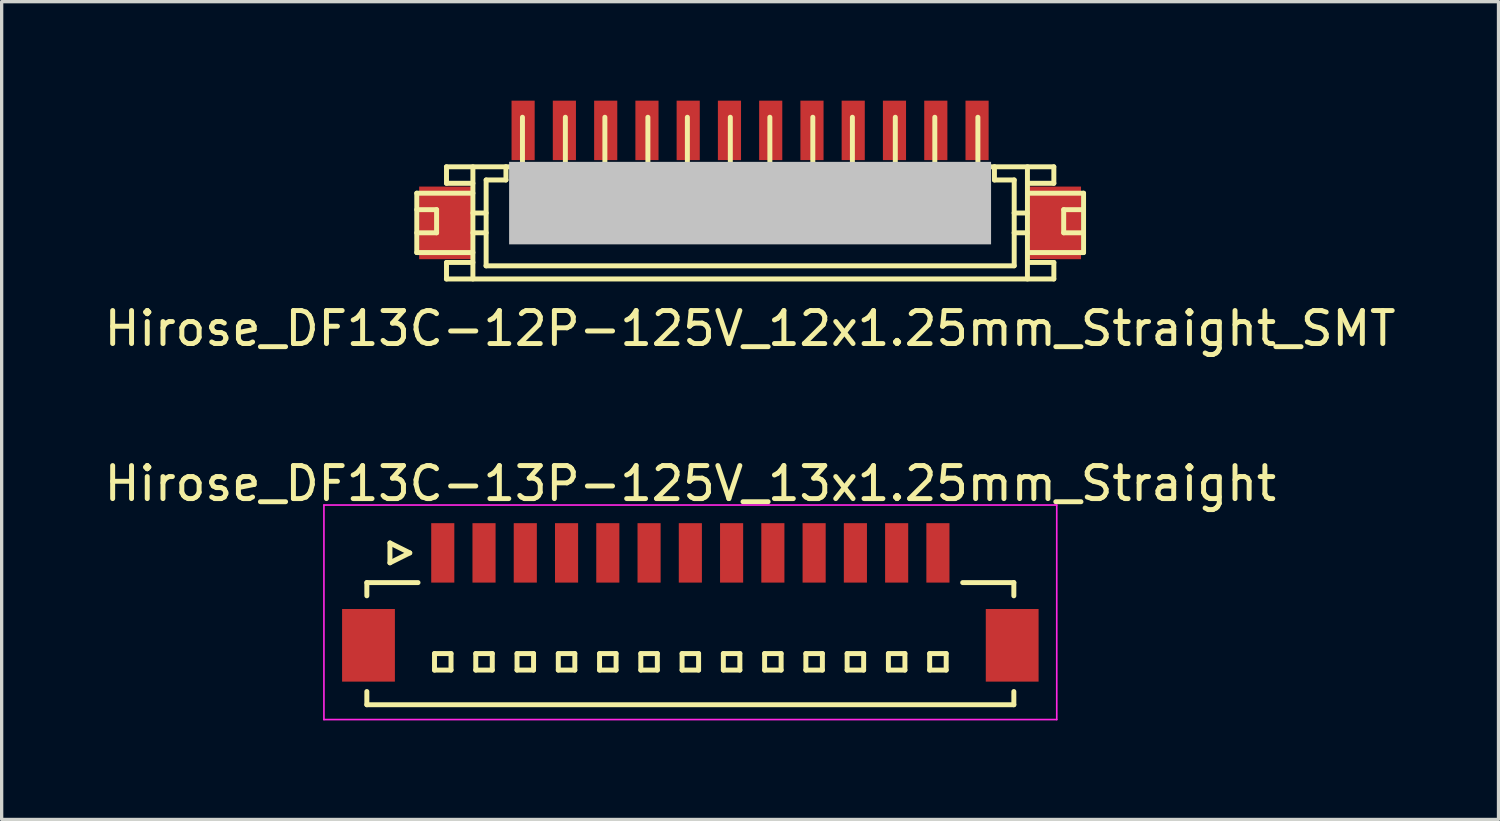
<source format=kicad_pcb>
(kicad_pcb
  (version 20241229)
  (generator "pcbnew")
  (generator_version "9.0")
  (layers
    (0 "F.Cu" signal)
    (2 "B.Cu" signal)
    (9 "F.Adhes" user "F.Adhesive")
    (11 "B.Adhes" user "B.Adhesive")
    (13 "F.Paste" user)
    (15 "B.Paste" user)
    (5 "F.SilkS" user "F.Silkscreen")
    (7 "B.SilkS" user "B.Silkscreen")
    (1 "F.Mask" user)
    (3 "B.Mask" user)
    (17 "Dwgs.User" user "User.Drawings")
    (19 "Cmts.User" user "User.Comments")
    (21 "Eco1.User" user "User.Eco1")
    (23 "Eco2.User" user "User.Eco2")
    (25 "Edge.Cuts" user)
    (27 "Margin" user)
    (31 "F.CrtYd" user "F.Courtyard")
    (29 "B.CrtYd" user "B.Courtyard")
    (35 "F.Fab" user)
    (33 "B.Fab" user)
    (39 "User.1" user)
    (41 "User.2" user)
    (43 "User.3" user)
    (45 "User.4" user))
  (footprint "Hirose_DF13C-12P-125V_12x1.25mm_Straight_SMT"
    (layer "F.Cu")
    (at 19.673 2.902)
    (property "Reference" "Hirose_DF13C-12P-125V_12x1.25mm_Straight_SMT" (at 0 4 0) (layer "F.SilkS") (effects (font (size 1 1) (thickness 0.15))))
    (attr smd)
    (fp_line (start -10.097 -0.099) (end -8.397 -0.099) (stroke (width 0.15) (type solid)) (layer "F.SilkS"))
    (fp_line (start -10.097 0.399) (end -9.497 0.399) (stroke (width 0.15) (type solid)) (layer "F.SilkS"))
    (fp_line (start -10.097 1.699) (end -10.097 -0.099) (stroke (width 0.15) (type solid)) (layer "F.SilkS"))
    (fp_line (start -10.097 1.699) (end -8.397 1.699) (stroke (width 0.15) (type solid)) (layer "F.SilkS"))
    (fp_line (start -9.497 0.399) (end -9.497 1.1) (stroke (width 0.15) (type solid)) (layer "F.SilkS"))
    (fp_line (start -9.497 1.1) (end -10.097 1.1) (stroke (width 0.15) (type solid)) (layer "F.SilkS"))
    (fp_line (start -9.197 -0.399) (end -9.197 -0.899) (stroke (width 0.15) (type solid)) (layer "F.SilkS"))
    (fp_line (start -9.197 2.499) (end -9.197 1.999) (stroke (width 0.15) (type solid)) (layer "F.SilkS"))
    (fp_line (start -8.397 -0.899) (end -8.397 2.499) (stroke (width 0.15) (type solid)) (layer "F.SilkS"))
    (fp_line (start -8.397 -0.399) (end -9.197 -0.399) (stroke (width 0.15) (type solid)) (layer "F.SilkS"))
    (fp_line (start -8.397 0.5) (end -7.996 0.5) (stroke (width 0.15) (type solid)) (layer "F.SilkS"))
    (fp_line (start -8.397 1.1) (end -7.996 1.1) (stroke (width 0.15) (type solid)) (layer "F.SilkS"))
    (fp_line (start -8.397 1.999) (end -9.197 1.999) (stroke (width 0.15) (type solid)) (layer "F.SilkS"))
    (fp_line (start -8.001 2.101) (end 8.001 2.101) (stroke (width 0.15) (type solid)) (layer "F.SilkS"))
    (fp_line (start -7.996 -0.5) (end -7.396 -0.5) (stroke (width 0.15) (type solid)) (layer "F.SilkS"))
    (fp_line (start -7.996 2.101) (end -7.996 -0.5) (stroke (width 0.15) (type solid)) (layer "F.SilkS"))
    (fp_line (start -7.396 -0.902) (end -7.396 -0.5) (stroke (width 0.15) (type solid)) (layer "F.SilkS"))
    (fp_line (start -6.998 0.998) (end -6.998 1.199) (stroke (width 0.15) (type solid)) (layer "F.SilkS"))
    (fp_line (start -6.998 1.199) (end -6.797 1.199) (stroke (width 0.15) (type solid)) (layer "F.SilkS"))
    (fp_line (start -6.896 -0.902) (end -6.896 -2.4) (stroke (width 0.15) (type solid)) (layer "F.SilkS"))
    (fp_line (start -6.797 0.998) (end -6.998 0.998) (stroke (width 0.15) (type solid)) (layer "F.SilkS"))
    (fp_line (start -6.797 1.199) (end -6.797 0.998) (stroke (width 0.15) (type solid)) (layer "F.SilkS"))
    (fp_line (start -5.702 1.001) (end -5.504 1.001) (stroke (width 0.15) (type solid)) (layer "F.SilkS"))
    (fp_line (start -5.702 1.199) (end -5.702 1.001) (stroke (width 0.15) (type solid)) (layer "F.SilkS"))
    (fp_line (start -5.596 -0.899) (end -5.596 -2.4) (stroke (width 0.15) (type solid)) (layer "F.SilkS"))
    (fp_line (start -5.504 1.001) (end -5.504 1.199) (stroke (width 0.15) (type solid)) (layer "F.SilkS"))
    (fp_line (start -5.504 1.199) (end -5.702 1.199) (stroke (width 0.15) (type solid)) (layer "F.SilkS"))
    (fp_line (start -4.498 1.001) (end -4.3 1.001) (stroke (width 0.15) (type solid)) (layer "F.SilkS"))
    (fp_line (start -4.498 1.199) (end -4.498 1.001) (stroke (width 0.15) (type solid)) (layer "F.SilkS"))
    (fp_line (start -4.399 -2.4) (end -4.399 -0.899) (stroke (width 0.15) (type solid)) (layer "F.SilkS"))
    (fp_line (start -4.3 1.001) (end -4.3 1.199) (stroke (width 0.15) (type solid)) (layer "F.SilkS"))
    (fp_line (start -4.3 1.199) (end -4.498 1.199) (stroke (width 0.15) (type solid)) (layer "F.SilkS"))
    (fp_line (start -3.2 1.001) (end -3.002 1.001) (stroke (width 0.15) (type solid)) (layer "F.SilkS"))
    (fp_line (start -3.2 1.199) (end -3.2 1.001) (stroke (width 0.15) (type solid)) (layer "F.SilkS"))
    (fp_line (start -3.096 -0.899) (end -3.096 -2.4) (stroke (width 0.15) (type solid)) (layer "F.SilkS"))
    (fp_line (start -3.002 1.001) (end -3.002 1.199) (stroke (width 0.15) (type solid)) (layer "F.SilkS"))
    (fp_line (start -3.002 1.199) (end -3.2 1.199) (stroke (width 0.15) (type solid)) (layer "F.SilkS"))
    (fp_line (start -1.999 1.001) (end -1.801 1.001) (stroke (width 0.15) (type solid)) (layer "F.SilkS"))
    (fp_line (start -1.999 1.199) (end -1.999 1.001) (stroke (width 0.15) (type solid)) (layer "F.SilkS"))
    (fp_line (start -1.9 -0.899) (end -1.9 -2.4) (stroke (width 0.15) (type solid)) (layer "F.SilkS"))
    (fp_line (start -1.801 1.001) (end -1.801 1.199) (stroke (width 0.15) (type solid)) (layer "F.SilkS"))
    (fp_line (start -1.801 1.199) (end -1.999 1.199) (stroke (width 0.15) (type solid)) (layer "F.SilkS"))
    (fp_line (start -0.701 1.001) (end -0.503 1.001) (stroke (width 0.15) (type solid)) (layer "F.SilkS"))
    (fp_line (start -0.701 1.199) (end -0.701 1.001) (stroke (width 0.15) (type solid)) (layer "F.SilkS"))
    (fp_line (start -0.599 -2.4) (end -0.599 -0.899) (stroke (width 0.15) (type solid)) (layer "F.SilkS"))
    (fp_line (start -0.503 1.001) (end -0.503 1.199) (stroke (width 0.15) (type solid)) (layer "F.SilkS"))
    (fp_line (start -0.503 1.199) (end -0.701 1.199) (stroke (width 0.15) (type solid)) (layer "F.SilkS"))
    (fp_line (start 0.5 1.001) (end 0.701 1.001) (stroke (width 0.15) (type solid)) (layer "F.SilkS"))
    (fp_line (start 0.5 1.199) (end 0.5 1.001) (stroke (width 0.15) (type solid)) (layer "F.SilkS"))
    (fp_line (start 0.599 -0.899) (end 0.599 -2.4) (stroke (width 0.15) (type solid)) (layer "F.SilkS"))
    (fp_line (start 0.701 1.001) (end 0.701 1.199) (stroke (width 0.15) (type solid)) (layer "F.SilkS"))
    (fp_line (start 0.701 1.199) (end 0.5 1.199) (stroke (width 0.15) (type solid)) (layer "F.SilkS"))
    (fp_line (start 1.803 1.001) (end 2.002 1.001) (stroke (width 0.15) (type solid)) (layer "F.SilkS"))
    (fp_line (start 1.803 1.199) (end 1.803 1.001) (stroke (width 0.15) (type solid)) (layer "F.SilkS"))
    (fp_line (start 1.9 -2.4) (end 1.9 -0.899) (stroke (width 0.15) (type solid)) (layer "F.SilkS"))
    (fp_line (start 2.002 1.001) (end 2.002 1.199) (stroke (width 0.15) (type solid)) (layer "F.SilkS"))
    (fp_line (start 2.002 1.199) (end 1.803 1.199) (stroke (width 0.15) (type solid)) (layer "F.SilkS"))
    (fp_line (start 3 1.001) (end 3.2 1.001) (stroke (width 0.15) (type solid)) (layer "F.SilkS"))
    (fp_line (start 3 1.199) (end 3 1.001) (stroke (width 0.15) (type solid)) (layer "F.SilkS"))
    (fp_line (start 3.099 -2.4) (end 3.099 -0.899) (stroke (width 0.15) (type solid)) (layer "F.SilkS"))
    (fp_line (start 3.2 1.001) (end 3.2 1.199) (stroke (width 0.15) (type solid)) (layer "F.SilkS"))
    (fp_line (start 3.2 1.199) (end 3 1.199) (stroke (width 0.15) (type solid)) (layer "F.SilkS"))
    (fp_line (start 4.298 1.001) (end 4.496 1.001) (stroke (width 0.15) (type solid)) (layer "F.SilkS"))
    (fp_line (start 4.298 1.199) (end 4.298 1.001) (stroke (width 0.15) (type solid)) (layer "F.SilkS"))
    (fp_line (start 4.399 -0.899) (end 4.399 -2.4) (stroke (width 0.15) (type solid)) (layer "F.SilkS"))
    (fp_line (start 4.496 1.001) (end 4.496 1.199) (stroke (width 0.15) (type solid)) (layer "F.SilkS"))
    (fp_line (start 4.496 1.199) (end 4.298 1.199) (stroke (width 0.15) (type solid)) (layer "F.SilkS"))
    (fp_line (start 5.499 0.998) (end 5.7 0.998) (stroke (width 0.15) (type solid)) (layer "F.SilkS"))
    (fp_line (start 5.499 1.199) (end 5.499 0.998) (stroke (width 0.15) (type solid)) (layer "F.SilkS"))
    (fp_line (start 5.596 -0.899) (end 5.596 -2.4) (stroke (width 0.15) (type solid)) (layer "F.SilkS"))
    (fp_line (start 5.7 0.998) (end 5.7 1.199) (stroke (width 0.15) (type solid)) (layer "F.SilkS"))
    (fp_line (start 5.7 1.199) (end 5.499 1.199) (stroke (width 0.15) (type solid)) (layer "F.SilkS"))
    (fp_line (start 6.802 1.001) (end 7.003 1.001) (stroke (width 0.15) (type solid)) (layer "F.SilkS"))
    (fp_line (start 6.802 1.199) (end 6.802 1.001) (stroke (width 0.15) (type solid)) (layer "F.SilkS"))
    (fp_line (start 6.901 -0.902) (end 6.901 -2.4) (stroke (width 0.15) (type solid)) (layer "F.SilkS"))
    (fp_line (start 7.003 1.001) (end 7.003 1.199) (stroke (width 0.15) (type solid)) (layer "F.SilkS"))
    (fp_line (start 7.003 1.199) (end 6.802 1.199) (stroke (width 0.15) (type solid)) (layer "F.SilkS"))
    (fp_line (start 7.402 -0.5) (end 7.402 -0.902) (stroke (width 0.15) (type solid)) (layer "F.SilkS"))
    (fp_line (start 7.998 1.1) (end 8.4 1.1) (stroke (width 0.15) (type solid)) (layer "F.SilkS"))
    (fp_line (start 8.001 -0.5) (end 7.402 -0.5) (stroke (width 0.15) (type solid)) (layer "F.SilkS"))
    (fp_line (start 8.001 2.098) (end 8.001 -0.5) (stroke (width 0.15) (type solid)) (layer "F.SilkS"))
    (fp_line (start 8.4 0.5) (end 7.998 0.5) (stroke (width 0.15) (type solid)) (layer "F.SilkS"))
    (fp_line (start 8.402 -0.899) (end 8.402 2.499) (stroke (width 0.15) (type solid)) (layer "F.SilkS"))
    (fp_line (start 9.2 -0.899) (end -9.2 -0.899) (stroke (width 0.15) (type solid)) (layer "F.SilkS"))
    (fp_line (start 9.2 2.499) (end -9.2 2.499) (stroke (width 0.15) (type solid)) (layer "F.SilkS"))
    (fp_line (start 9.202 -0.399) (end 8.402 -0.399) (stroke (width 0.15) (type solid)) (layer "F.SilkS"))
    (fp_line (start 9.202 -0.399) (end 9.202 -0.899) (stroke (width 0.15) (type solid)) (layer "F.SilkS"))
    (fp_line (start 9.202 1.999) (end 8.402 1.999) (stroke (width 0.15) (type solid)) (layer "F.SilkS"))
    (fp_line (start 9.202 2.499) (end 9.202 1.999) (stroke (width 0.15) (type solid)) (layer "F.SilkS"))
    (fp_line (start 9.5 0.399) (end 9.5 1.1) (stroke (width 0.15) (type solid)) (layer "F.SilkS"))
    (fp_line (start 9.502 0.399) (end 10.102 0.399) (stroke (width 0.15) (type solid)) (layer "F.SilkS"))
    (fp_line (start 9.502 1.1) (end 10.102 1.1) (stroke (width 0.15) (type solid)) (layer "F.SilkS"))
    (fp_line (start 10.102 -0.099) (end 8.402 -0.099) (stroke (width 0.15) (type solid)) (layer "F.SilkS"))
    (fp_line (start 10.102 -0.099) (end 10.102 1.699) (stroke (width 0.15) (type solid)) (layer "F.SilkS"))
    (fp_line (start 10.102 1.699) (end 8.402 1.699) (stroke (width 0.15) (type solid)) (layer "F.SilkS"))
    (pad "" smd rect (at -9.225 0.8) (size 1.6 2.2) (layers "F.Cu" "F.Mask" "F.Paste"))
    (pad "" smd rect (at 0 0.201) (size 14.6 2.499) (layers "Dwgs.User"))
    (pad "" smd rect (at 9.225 0.8) (size 1.6 2.2) (layers "F.Cu" "F.Mask" "F.Paste"))
    (pad "1" smd rect (at -6.876 -2.002) (size 0.701 1.801) (layers "F.Cu" "F.Mask" "F.Paste"))
    (pad "2" smd rect (at -5.626 -2.002) (size 0.701 1.801) (layers "F.Cu" "F.Mask" "F.Paste"))
    (pad "3" smd rect (at -4.374 -2.002) (size 0.701 1.801) (layers "F.Cu" "F.Mask" "F.Paste"))
    (pad "4" smd rect (at -3.124 -2.002) (size 0.701 1.801) (layers "F.Cu" "F.Mask" "F.Paste"))
    (pad "5" smd rect (at -1.875 -2.002) (size 0.701 1.801) (layers "F.Cu" "F.Mask" "F.Paste"))
    (pad "6" smd rect (at -0.625 -2.002) (size 0.701 1.801) (layers "F.Cu" "F.Mask" "F.Paste"))
    (pad "7" smd rect (at 0.625 -2.002) (size 0.701 1.801) (layers "F.Cu" "F.Mask" "F.Paste"))
    (pad "8" smd rect (at 1.875 -2.002) (size 0.701 1.801) (layers "F.Cu" "F.Mask" "F.Paste"))
    (pad "9" smd rect (at 3.124 -2.002) (size 0.701 1.801) (layers "F.Cu" "F.Mask" "F.Paste"))
    (pad "10" smd rect (at 4.374 -2.002) (size 0.701 1.801) (layers "F.Cu" "F.Mask" "F.Paste"))
    (pad "11" smd rect (at 5.626 -2.002) (size 0.701 1.801) (layers "F.Cu" "F.Mask" "F.Paste"))
    (pad "12" smd rect (at 6.876 -2.002) (size 0.701 1.801) (layers "F.Cu" "F.Mask" "F.Paste")))
  (footprint "Hirose_DF13C-13P-125V_13x1.25mm_Straight"
    (layer "F.Cu")
    (at 17.863 15.099)
    (property "Reference" "Hirose_DF13C-13P-125V_13x1.25mm_Straight" (at 0 -3.5 0) (layer "F.SilkS") (effects (font (size 1 1) (thickness 0.15))))
    (attr smd)
    (fp_line (start -9.8 -0.5) (end -9.8 -0.1) (stroke (width 0.15) (type solid)) (layer "F.SilkS"))
    (fp_line (start -9.8 -0.5) (end -8.25 -0.5) (stroke (width 0.15) (type solid)) (layer "F.SilkS"))
    (fp_line (start -9.8 3.2) (end -9.8 2.8) (stroke (width 0.15) (type solid)) (layer "F.SilkS"))
    (fp_line (start -9.8 3.2) (end 9.8 3.2) (stroke (width 0.15) (type solid)) (layer "F.SilkS"))
    (fp_line (start -9.1 -1.7) (end -9.1 -1.1) (stroke (width 0.15) (type solid)) (layer "F.SilkS"))
    (fp_line (start -9.1 -1.1) (end -8.5 -1.4) (stroke (width 0.15) (type solid)) (layer "F.SilkS"))
    (fp_line (start -8.5 -1.4) (end -9.1 -1.7) (stroke (width 0.15) (type solid)) (layer "F.SilkS"))
    (fp_line (start -7.75 1.65) (end -7.75 2.15) (stroke (width 0.15) (type solid)) (layer "F.SilkS"))
    (fp_line (start -7.75 2.15) (end -7.25 2.15) (stroke (width 0.15) (type solid)) (layer "F.SilkS"))
    (fp_line (start -7.25 1.65) (end -7.75 1.65) (stroke (width 0.15) (type solid)) (layer "F.SilkS"))
    (fp_line (start -7.25 2.15) (end -7.25 1.65) (stroke (width 0.15) (type solid)) (layer "F.SilkS"))
    (fp_line (start -6.5 1.65) (end -6.5 2.15) (stroke (width 0.15) (type solid)) (layer "F.SilkS"))
    (fp_line (start -6.5 2.15) (end -6 2.15) (stroke (width 0.15) (type solid)) (layer "F.SilkS"))
    (fp_line (start -6 1.65) (end -6.5 1.65) (stroke (width 0.15) (type solid)) (layer "F.SilkS"))
    (fp_line (start -6 2.15) (end -6 1.65) (stroke (width 0.15) (type solid)) (layer "F.SilkS"))
    (fp_line (start -5.25 1.65) (end -5.25 2.15) (stroke (width 0.15) (type solid)) (layer "F.SilkS"))
    (fp_line (start -5.25 2.15) (end -4.75 2.15) (stroke (width 0.15) (type solid)) (layer "F.SilkS"))
    (fp_line (start -4.75 1.65) (end -5.25 1.65) (stroke (width 0.15) (type solid)) (layer "F.SilkS"))
    (fp_line (start -4.75 2.15) (end -4.75 1.65) (stroke (width 0.15) (type solid)) (layer "F.SilkS"))
    (fp_line (start -4 1.65) (end -4 2.15) (stroke (width 0.15) (type solid)) (layer "F.SilkS"))
    (fp_line (start -4 2.15) (end -3.5 2.15) (stroke (width 0.15) (type solid)) (layer "F.SilkS"))
    (fp_line (start -3.5 1.65) (end -4 1.65) (stroke (width 0.15) (type solid)) (layer "F.SilkS"))
    (fp_line (start -3.5 2.15) (end -3.5 1.65) (stroke (width 0.15) (type solid)) (layer "F.SilkS"))
    (fp_line (start -2.75 1.65) (end -2.75 2.15) (stroke (width 0.15) (type solid)) (layer "F.SilkS"))
    (fp_line (start -2.75 2.15) (end -2.25 2.15) (stroke (width 0.15) (type solid)) (layer "F.SilkS"))
    (fp_line (start -2.25 1.65) (end -2.75 1.65) (stroke (width 0.15) (type solid)) (layer "F.SilkS"))
    (fp_line (start -2.25 2.15) (end -2.25 1.65) (stroke (width 0.15) (type solid)) (layer "F.SilkS"))
    (fp_line (start -1.5 1.65) (end -1.5 2.15) (stroke (width 0.15) (type solid)) (layer "F.SilkS"))
    (fp_line (start -1.5 2.15) (end -1 2.15) (stroke (width 0.15) (type solid)) (layer "F.SilkS"))
    (fp_line (start -1 1.65) (end -1.5 1.65) (stroke (width 0.15) (type solid)) (layer "F.SilkS"))
    (fp_line (start -1 2.15) (end -1 1.65) (stroke (width 0.15) (type solid)) (layer "F.SilkS"))
    (fp_line (start -0.25 1.65) (end -0.25 2.15) (stroke (width 0.15) (type solid)) (layer "F.SilkS"))
    (fp_line (start -0.25 2.15) (end 0.25 2.15) (stroke (width 0.15) (type solid)) (layer "F.SilkS"))
    (fp_line (start 0.25 1.65) (end -0.25 1.65) (stroke (width 0.15) (type solid)) (layer "F.SilkS"))
    (fp_line (start 0.25 2.15) (end 0.25 1.65) (stroke (width 0.15) (type solid)) (layer "F.SilkS"))
    (fp_line (start 1 1.65) (end 1 2.15) (stroke (width 0.15) (type solid)) (layer "F.SilkS"))
    (fp_line (start 1 2.15) (end 1.5 2.15) (stroke (width 0.15) (type solid)) (layer "F.SilkS"))
    (fp_line (start 1.5 1.65) (end 1 1.65) (stroke (width 0.15) (type solid)) (layer "F.SilkS"))
    (fp_line (start 1.5 2.15) (end 1.5 1.65) (stroke (width 0.15) (type solid)) (layer "F.SilkS"))
    (fp_line (start 2.25 1.65) (end 2.25 2.15) (stroke (width 0.15) (type solid)) (layer "F.SilkS"))
    (fp_line (start 2.25 2.15) (end 2.75 2.15) (stroke (width 0.15) (type solid)) (layer "F.SilkS"))
    (fp_line (start 2.75 1.65) (end 2.25 1.65) (stroke (width 0.15) (type solid)) (layer "F.SilkS"))
    (fp_line (start 2.75 2.15) (end 2.75 1.65) (stroke (width 0.15) (type solid)) (layer "F.SilkS"))
    (fp_line (start 3.5 1.65) (end 3.5 2.15) (stroke (width 0.15) (type solid)) (layer "F.SilkS"))
    (fp_line (start 3.5 2.15) (end 4 2.15) (stroke (width 0.15) (type solid)) (layer "F.SilkS"))
    (fp_line (start 4 1.65) (end 3.5 1.65) (stroke (width 0.15) (type solid)) (layer "F.SilkS"))
    (fp_line (start 4 2.15) (end 4 1.65) (stroke (width 0.15) (type solid)) (layer "F.SilkS"))
    (fp_line (start 4.75 1.65) (end 4.75 2.15) (stroke (width 0.15) (type solid)) (layer "F.SilkS"))
    (fp_line (start 4.75 2.15) (end 5.25 2.15) (stroke (width 0.15) (type solid)) (layer "F.SilkS"))
    (fp_line (start 5.25 1.65) (end 4.75 1.65) (stroke (width 0.15) (type solid)) (layer "F.SilkS"))
    (fp_line (start 5.25 2.15) (end 5.25 1.65) (stroke (width 0.15) (type solid)) (layer "F.SilkS"))
    (fp_line (start 6 1.65) (end 6 2.15) (stroke (width 0.15) (type solid)) (layer "F.SilkS"))
    (fp_line (start 6 2.15) (end 6.5 2.15) (stroke (width 0.15) (type solid)) (layer "F.SilkS"))
    (fp_line (start 6.5 1.65) (end 6 1.65) (stroke (width 0.15) (type solid)) (layer "F.SilkS"))
    (fp_line (start 6.5 2.15) (end 6.5 1.65) (stroke (width 0.15) (type solid)) (layer "F.SilkS"))
    (fp_line (start 7.25 1.65) (end 7.25 2.15) (stroke (width 0.15) (type solid)) (layer "F.SilkS"))
    (fp_line (start 7.25 2.15) (end 7.75 2.15) (stroke (width 0.15) (type solid)) (layer "F.SilkS"))
    (fp_line (start 7.75 1.65) (end 7.25 1.65) (stroke (width 0.15) (type solid)) (layer "F.SilkS"))
    (fp_line (start 7.75 2.15) (end 7.75 1.65) (stroke (width 0.15) (type solid)) (layer "F.SilkS"))
    (fp_line (start 9.8 -0.5) (end 8.25 -0.5) (stroke (width 0.15) (type solid)) (layer "F.SilkS"))
    (fp_line (start 9.8 -0.5) (end 9.8 -0.1) (stroke (width 0.15) (type solid)) (layer "F.SilkS"))
    (fp_line (start 9.8 3.2) (end 9.8 2.8) (stroke (width 0.15) (type solid)) (layer "F.SilkS"))
    (fp_line (start -11.1 -2.85) (end -11.1 3.65) (stroke (width 0.05) (type solid)) (layer "F.CrtYd"))
    (fp_line (start -11.1 3.65) (end 11.1 3.65) (stroke (width 0.05) (type solid)) (layer "F.CrtYd"))
    (fp_line (start 11.1 -2.85) (end -11.1 -2.85) (stroke (width 0.05) (type solid)) (layer "F.CrtYd"))
    (fp_line (start 11.1 3.65) (end 11.1 -2.85) (stroke (width 0.05) (type solid)) (layer "F.CrtYd"))
    (pad "" smd rect (at -9.75 1.4) (size 1.6 2.2) (layers "F.Cu" "F.Mask" "F.Paste"))
    (pad "" smd rect (at 9.75 1.4) (size 1.6 2.2) (layers "F.Cu" "F.Mask" "F.Paste"))
    (pad "1" smd rect (at -7.5 -1.4) (size 0.7 1.8) (layers "F.Cu" "F.Mask" "F.Paste"))
    (pad "2" smd rect (at -6.25 -1.4) (size 0.7 1.8) (layers "F.Cu" "F.Mask" "F.Paste"))
    (pad "3" smd rect (at -5 -1.4) (size 0.7 1.8) (layers "F.Cu" "F.Mask" "F.Paste"))
    (pad "4" smd rect (at -3.75 -1.4) (size 0.7 1.8) (layers "F.Cu" "F.Mask" "F.Paste"))
    (pad "5" smd rect (at -2.5 -1.4) (size 0.7 1.8) (layers "F.Cu" "F.Mask" "F.Paste"))
    (pad "6" smd rect (at -1.25 -1.4) (size 0.7 1.8) (layers "F.Cu" "F.Mask" "F.Paste"))
    (pad "7" smd rect (at 0 -1.4) (size 0.7 1.8) (layers "F.Cu" "F.Mask" "F.Paste"))
    (pad "8" smd rect (at 1.25 -1.4) (size 0.7 1.8) (layers "F.Cu" "F.Mask" "F.Paste"))
    (pad "9" smd rect (at 2.5 -1.4) (size 0.7 1.8) (layers "F.Cu" "F.Mask" "F.Paste"))
    (pad "10" smd rect (at 3.75 -1.4) (size 0.7 1.8) (layers "F.Cu" "F.Mask" "F.Paste"))
    (pad "11" smd rect (at 5 -1.4) (size 0.7 1.8) (layers "F.Cu" "F.Mask" "F.Paste"))
    (pad "12" smd rect (at 6.25 -1.4) (size 0.7 1.8) (layers "F.Cu" "F.Mask" "F.Paste"))
    (pad "13" smd rect (at 7.5 -1.4) (size 0.7 1.8) (layers "F.Cu" "F.Mask" "F.Paste")))
  (gr_rect
    (start -3 -3)
    (end 42.345 21.774)
    (stroke (width 0.1) (type default))
    (fill no)
    (layer "Edge.Cuts")))
</source>
